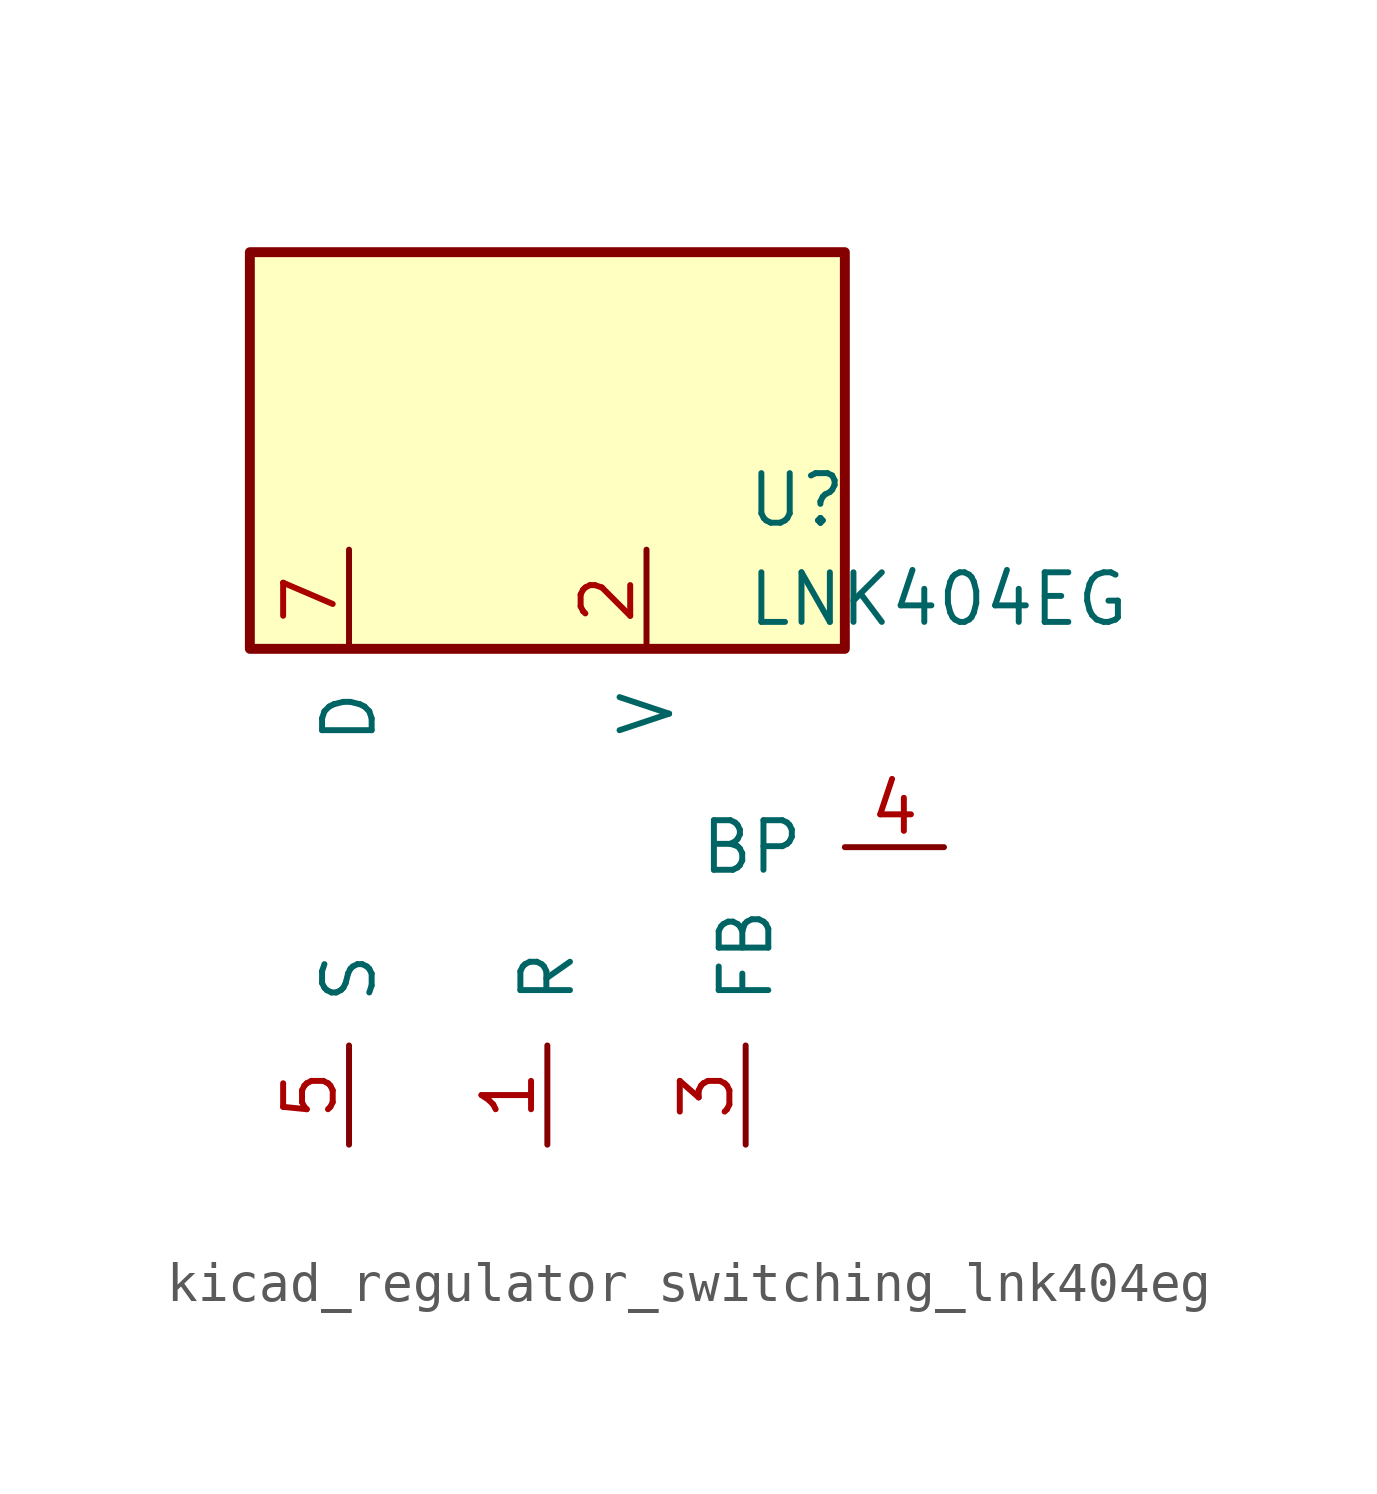
<source format=kicad_sym>
(kicad_symbol_lib
  (version 20220914)
  (generator kicad_symbol_editor)
  (symbol "kicad_regulator_switching_lnk404eg"
    (pin_names
      (offset 1.016))
    (property "Reference" "U"
      (at 5.08 8.89 0)
      (effects (font (size 1.27 1.27)) (justify left)))
    (property "Value" "LNK404EG"
      (at 5.08 6.35 0)
      (effects (font (size 1.27 1.27)) (justify left)))
    (symbol "kicad_regulator_switching_lnk404eg_0_1"
      (rectangle (start 7.62 15.24) (end -7.62 5.08) (stroke (width 0.254) (type default)) (fill (type background))))
    (symbol "kicad_regulator_switching_lnk404eg_1_1"
      (pin input line (at 0 -7.62 90) (length 2.54) (name "R" (effects (font (size 1.27 1.27)))) (number "1" (effects (font (size 1.27 1.27)))))
      (pin input line (at 2.54 7.62 270) (length 2.54) (name "V" (effects (font (size 1.27 1.27)))) (number "2" (effects (font (size 1.27 1.27)))))
      (pin input line (at 5.08 -7.62 90) (length 2.54) (name "FB" (effects (font (size 1.27 1.27)))) (number "3" (effects (font (size 1.27 1.27)))))
      (pin input line (at 10.16 0 180) (length 2.54) (name "BP" (effects (font (size 1.27 1.27)))) (number "4" (effects (font (size 1.27 1.27)))))
      (pin power_in line (at -5.08 -7.62 90) (length 2.54) (name "S" (effects (font (size 1.27 1.27)))) (number "5" (effects (font (size 1.27 1.27)))))
      (pin open_collector line (at -5.08 7.62 270) (length 2.54) (name "D" (effects (font (size 1.27 1.27)))) (number "7" (effects (font (size 1.27 1.27))))))))
</source>
